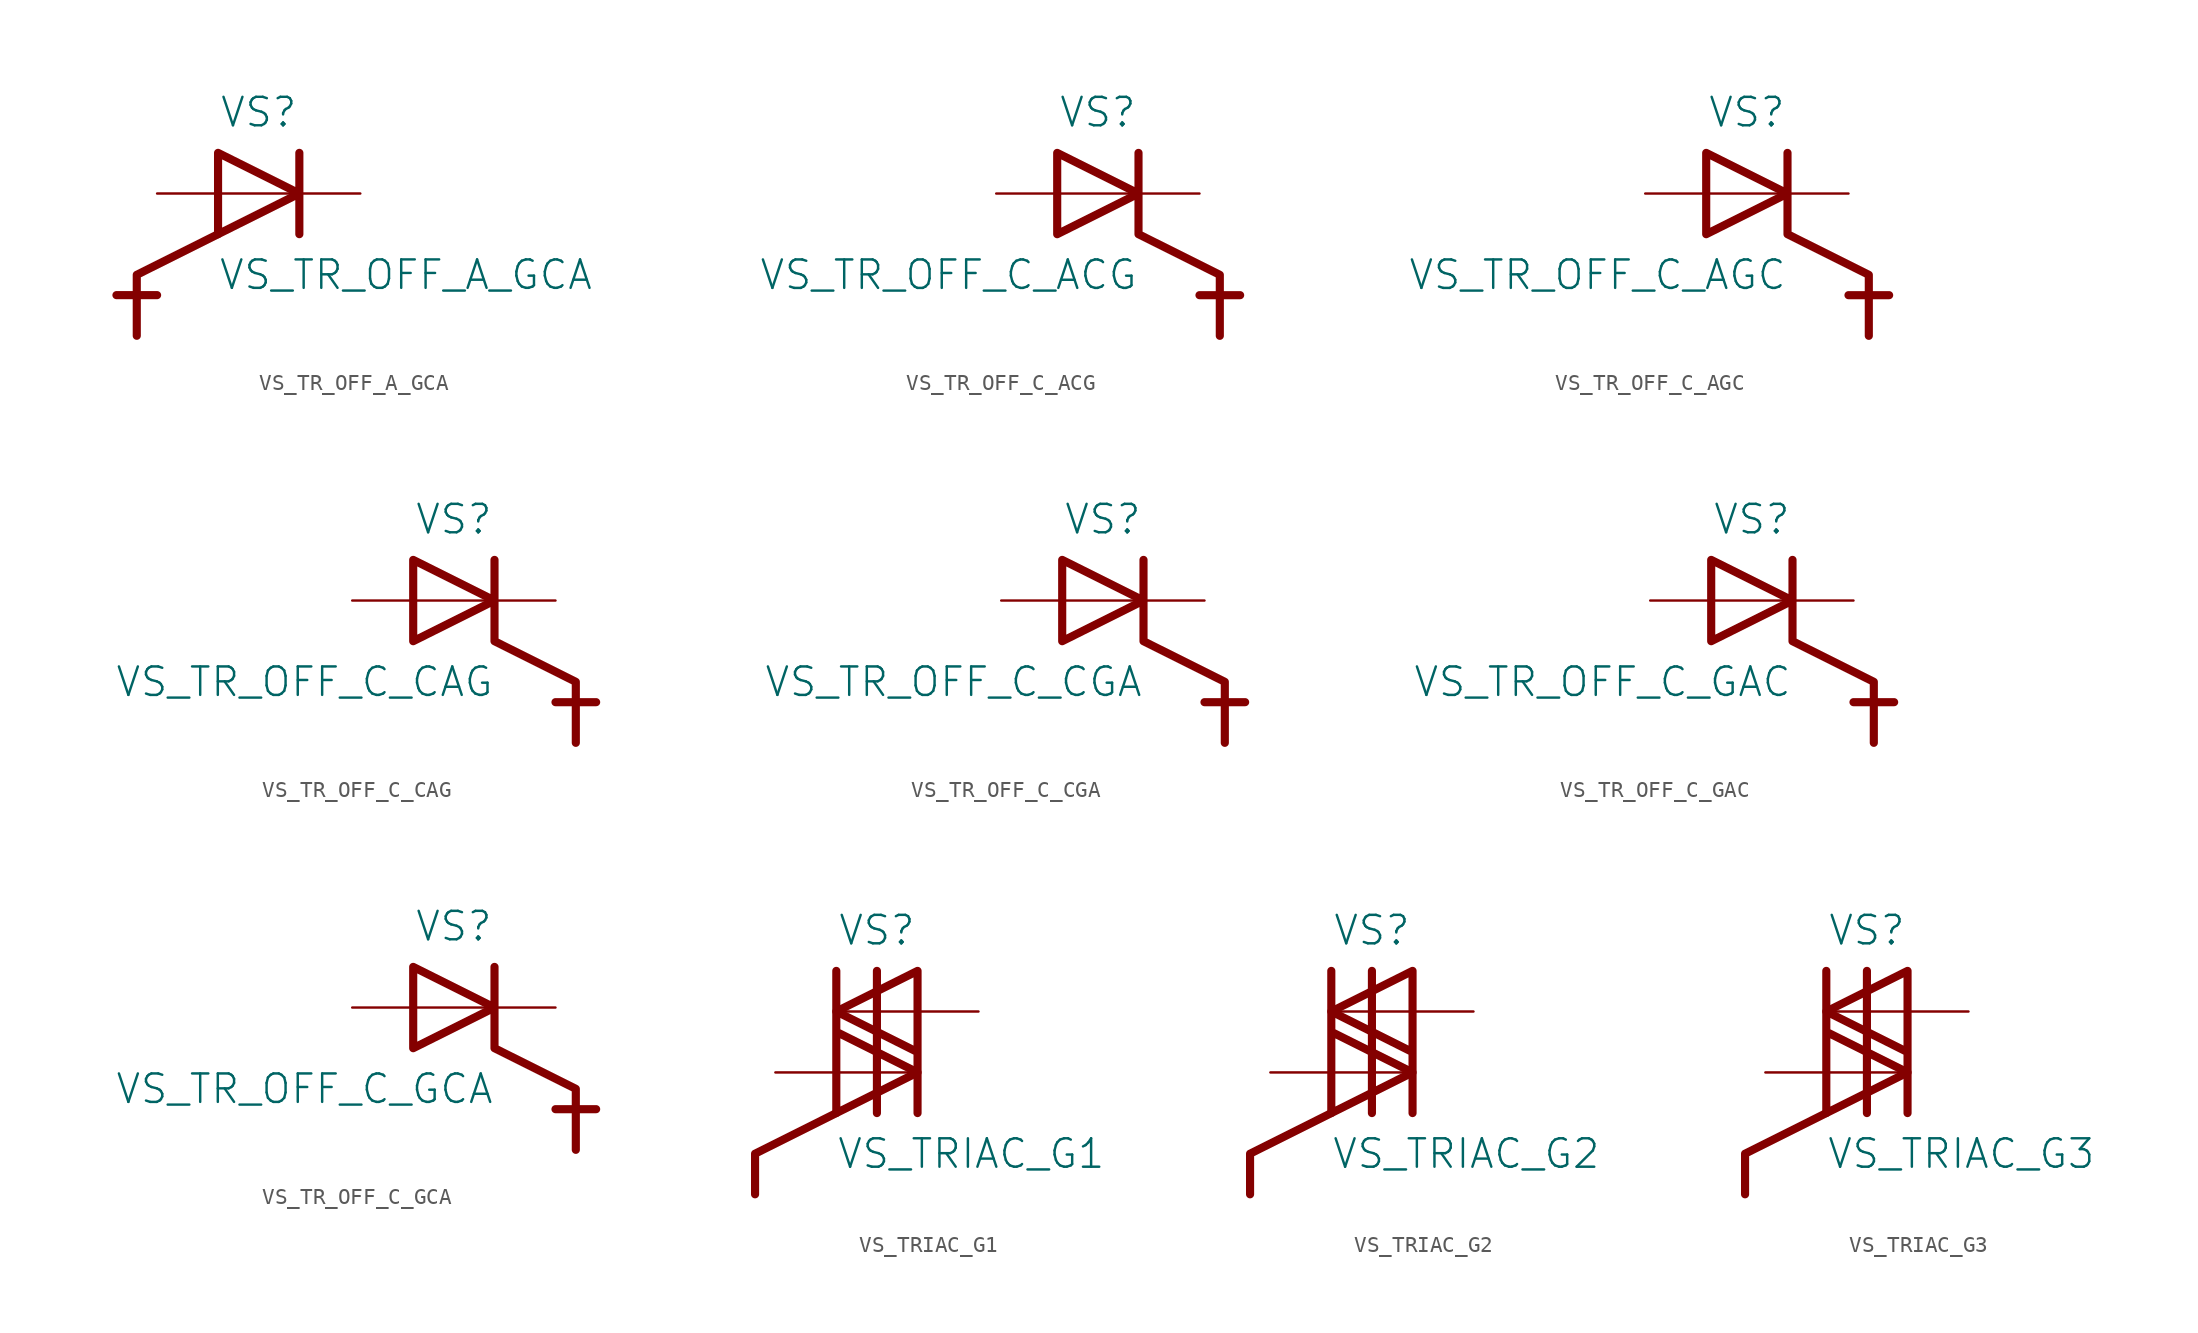
<source format=kicad_sym>
(kicad_symbol_lib
  (version 20211014)
  (generator kicad_symbol_editor)
  (symbol "VS_TR_OFF_A_GCA"
    (pin_names
      (offset 0))
    (property "Reference" "VS"
      (at 0 5.08 0)
      (effects (font (size 1.778 1.778))))
    (property "Value" "VS_TR_OFF_A_GCA"
      (at -2.54 -5.08 0)
      (effects (font (size 1.778 1.778)) (justify left)))
    (symbol "VS_TR_OFF_A_GCA_0_1"
      (polyline (pts (xy -8.89 -6.35) (xy -6.35 -6.35)) (stroke (width 0.508) (type default) (color 0 0 0 0)) (fill (type none)))
      (polyline (pts (xy -6.35 0) (xy 6.35 0)) (stroke (width 0) (type default) (color 0 0 0 0)) (fill (type none)))
      (polyline (pts (xy -2.54 -2.54) (xy -7.62 -5.08) (xy -7.62 -8.89)) (stroke (width 0.508) (type default) (color 0 0 0 0)) (fill (type none)))
      (polyline (pts (xy 2.54 2.54) (xy 2.54 0) (xy -2.54 2.54) (xy -2.54 -2.54) (xy 2.54 0) (xy 2.54 -2.54)) (stroke (width 0.508) (type default) (color 0 0 0 0)) (fill (type none))))
    (symbol "VS_TR_OFF_A_GCA_1_1"
      (pin passive line (at -7.62 -8.89 90) (length 2.54) hide (name "G" (effects (font (size 1.27 1.27)))) (number "1" (effects (font (size 1.27 1.27)))))
      (pin passive line (at 6.35 0 180) (length 2.54) hide (name "C" (effects (font (size 1.27 1.27)))) (number "2" (effects (font (size 1.27 1.27)))))
      (pin passive line (at -6.35 0 0) (length 2.54) hide (name "A" (effects (font (size 1.27 1.27)))) (number "3" (effects (font (size 1.27 1.27)))))))
  (symbol "VS_TR_OFF_C_ACG"
    (pin_names
      (offset 0))
    (property "Reference" "VS"
      (at 0 5.08 0)
      (effects (font (size 1.778 1.778))))
    (property "Value" "VS_TR_OFF_C_ACG"
      (at 2.54 -5.08 0)
      (effects (font (size 1.778 1.778)) (justify right)))
    (symbol "VS_TR_OFF_C_ACG_0_1"
      (polyline (pts (xy -6.35 0) (xy 6.35 0)) (stroke (width 0) (type default) (color 0 0 0 0)) (fill (type none)))
      (polyline (pts (xy 6.35 -6.35) (xy 8.89 -6.35)) (stroke (width 0.508) (type default) (color 0 0 0 0)) (fill (type none)))
      (polyline (pts (xy 2.54 2.54) (xy 2.54 0) (xy -2.54 2.54) (xy -2.54 -2.54) (xy 2.54 0) (xy 2.54 -2.54) (xy 7.62 -5.08) (xy 7.62 -8.89)) (stroke (width 0.508) (type default) (color 0 0 0 0)) (fill (type none))))
    (symbol "VS_TR_OFF_C_ACG_1_1"
      (pin passive line (at -6.35 0 0) (length 2.54) hide (name "A" (effects (font (size 1.27 1.27)))) (number "1" (effects (font (size 1.27 1.27)))))
      (pin passive line (at 6.35 0 180) (length 2.54) hide (name "C" (effects (font (size 1.27 1.27)))) (number "2" (effects (font (size 1.27 1.27)))))
      (pin passive line (at 7.62 -8.89 90) (length 2.54) hide (name "G" (effects (font (size 1.27 1.27)))) (number "3" (effects (font (size 1.27 1.27)))))))
  (symbol "VS_TR_OFF_C_AGC"
    (pin_names
      (offset 0))
    (property "Reference" "VS"
      (at 0 5.08 0)
      (effects (font (size 1.778 1.778))))
    (property "Value" "VS_TR_OFF_C_AGC"
      (at 2.54 -5.08 0)
      (effects (font (size 1.778 1.778)) (justify right)))
    (symbol "VS_TR_OFF_C_AGC_0_1"
      (polyline (pts (xy -6.35 0) (xy 6.35 0)) (stroke (width 0) (type default) (color 0 0 0 0)) (fill (type none)))
      (polyline (pts (xy 6.35 -6.35) (xy 8.89 -6.35)) (stroke (width 0.508) (type default) (color 0 0 0 0)) (fill (type none)))
      (polyline (pts (xy 2.54 2.54) (xy 2.54 0) (xy -2.54 2.54) (xy -2.54 -2.54) (xy 2.54 0) (xy 2.54 -2.54) (xy 7.62 -5.08) (xy 7.62 -8.89)) (stroke (width 0.508) (type default) (color 0 0 0 0)) (fill (type none))))
    (symbol "VS_TR_OFF_C_AGC_1_1"
      (pin passive line (at -6.35 0 0) (length 2.54) hide (name "A" (effects (font (size 1.27 1.27)))) (number "1" (effects (font (size 1.27 1.27)))))
      (pin passive line (at 7.62 -8.89 90) (length 2.54) hide (name "G" (effects (font (size 1.27 1.27)))) (number "2" (effects (font (size 1.27 1.27)))))
      (pin passive line (at 6.35 0 180) (length 2.54) hide (name "C" (effects (font (size 1.27 1.27)))) (number "3" (effects (font (size 1.27 1.27)))))))
  (symbol "VS_TR_OFF_C_CAG"
    (pin_names
      (offset 0))
    (property "Reference" "VS"
      (at 0 5.08 0)
      (effects (font (size 1.778 1.778))))
    (property "Value" "VS_TR_OFF_C_CAG"
      (at 2.54 -5.08 0)
      (effects (font (size 1.778 1.778)) (justify right)))
    (symbol "VS_TR_OFF_C_CAG_0_1"
      (polyline (pts (xy -6.35 0) (xy 6.35 0)) (stroke (width 0) (type default) (color 0 0 0 0)) (fill (type none)))
      (polyline (pts (xy 6.35 -6.35) (xy 8.89 -6.35)) (stroke (width 0.508) (type default) (color 0 0 0 0)) (fill (type none)))
      (polyline (pts (xy 2.54 2.54) (xy 2.54 0) (xy -2.54 2.54) (xy -2.54 -2.54) (xy 2.54 0) (xy 2.54 -2.54) (xy 7.62 -5.08) (xy 7.62 -8.89)) (stroke (width 0.508) (type default) (color 0 0 0 0)) (fill (type none))))
    (symbol "VS_TR_OFF_C_CAG_1_1"
      (pin passive line (at 6.35 0 180) (length 2.54) hide (name "C" (effects (font (size 1.27 1.27)))) (number "1" (effects (font (size 1.27 1.27)))))
      (pin passive line (at -6.35 0 0) (length 2.54) hide (name "A" (effects (font (size 1.27 1.27)))) (number "2" (effects (font (size 1.27 1.27)))))
      (pin passive line (at 7.62 -8.89 90) (length 2.54) hide (name "G" (effects (font (size 1.27 1.27)))) (number "3" (effects (font (size 1.27 1.27)))))))
  (symbol "VS_TR_OFF_C_CGA"
    (pin_names
      (offset 0))
    (property "Reference" "VS"
      (at 0 5.08 0)
      (effects (font (size 1.778 1.778))))
    (property "Value" "VS_TR_OFF_C_CGA"
      (at 2.54 -5.08 0)
      (effects (font (size 1.778 1.778)) (justify right)))
    (symbol "VS_TR_OFF_C_CGA_0_1"
      (polyline (pts (xy -6.35 0) (xy 6.35 0)) (stroke (width 0) (type default) (color 0 0 0 0)) (fill (type none)))
      (polyline (pts (xy 6.35 -6.35) (xy 8.89 -6.35)) (stroke (width 0.508) (type default) (color 0 0 0 0)) (fill (type none)))
      (polyline (pts (xy 2.54 2.54) (xy 2.54 0) (xy -2.54 2.54) (xy -2.54 -2.54) (xy 2.54 0) (xy 2.54 -2.54) (xy 7.62 -5.08) (xy 7.62 -8.89)) (stroke (width 0.508) (type default) (color 0 0 0 0)) (fill (type none))))
    (symbol "VS_TR_OFF_C_CGA_1_1"
      (pin passive line (at 6.35 0 180) (length 2.54) hide (name "C" (effects (font (size 1.27 1.27)))) (number "1" (effects (font (size 1.27 1.27)))))
      (pin passive line (at 7.62 -8.89 90) (length 2.54) hide (name "G" (effects (font (size 1.27 1.27)))) (number "2" (effects (font (size 1.27 1.27)))))
      (pin passive line (at -6.35 0 0) (length 2.54) hide (name "A" (effects (font (size 1.27 1.27)))) (number "3" (effects (font (size 1.27 1.27)))))))
  (symbol "VS_TR_OFF_C_GAC"
    (pin_names
      (offset 0))
    (property "Reference" "VS"
      (at 0 5.08 0)
      (effects (font (size 1.778 1.778))))
    (property "Value" "VS_TR_OFF_C_GAC"
      (at 2.54 -5.08 0)
      (effects (font (size 1.778 1.778)) (justify right)))
    (symbol "VS_TR_OFF_C_GAC_0_1"
      (polyline (pts (xy -6.35 0) (xy 6.35 0)) (stroke (width 0) (type default) (color 0 0 0 0)) (fill (type none)))
      (polyline (pts (xy 6.35 -6.35) (xy 8.89 -6.35)) (stroke (width 0.508) (type default) (color 0 0 0 0)) (fill (type none)))
      (polyline (pts (xy 2.54 2.54) (xy 2.54 0) (xy -2.54 2.54) (xy -2.54 -2.54) (xy 2.54 0) (xy 2.54 -2.54) (xy 7.62 -5.08) (xy 7.62 -8.89)) (stroke (width 0.508) (type default) (color 0 0 0 0)) (fill (type none))))
    (symbol "VS_TR_OFF_C_GAC_1_1"
      (pin passive line (at 7.62 -8.89 90) (length 2.54) hide (name "G" (effects (font (size 1.27 1.27)))) (number "1" (effects (font (size 1.27 1.27)))))
      (pin passive line (at -6.35 0 0) (length 2.54) hide (name "A" (effects (font (size 1.27 1.27)))) (number "2" (effects (font (size 1.27 1.27)))))
      (pin passive line (at 6.35 0 180) (length 2.54) hide (name "C" (effects (font (size 1.27 1.27)))) (number "3" (effects (font (size 1.27 1.27)))))))
  (symbol "VS_TR_OFF_C_GCA"
    (pin_names
      (offset 0))
    (property "Reference" "VS"
      (at 0 5.08 0)
      (effects (font (size 1.778 1.778))))
    (property "Value" "VS_TR_OFF_C_GCA"
      (at 2.54 -5.08 0)
      (effects (font (size 1.778 1.778)) (justify right)))
    (symbol "VS_TR_OFF_C_GCA_0_1"
      (polyline (pts (xy -6.35 0) (xy 6.35 0)) (stroke (width 0) (type default) (color 0 0 0 0)) (fill (type none)))
      (polyline (pts (xy 6.35 -6.35) (xy 8.89 -6.35)) (stroke (width 0.508) (type default) (color 0 0 0 0)) (fill (type none)))
      (polyline (pts (xy 2.54 2.54) (xy 2.54 0) (xy -2.54 2.54) (xy -2.54 -2.54) (xy 2.54 0) (xy 2.54 -2.54) (xy 7.62 -5.08) (xy 7.62 -8.89)) (stroke (width 0.508) (type default) (color 0 0 0 0)) (fill (type none))))
    (symbol "VS_TR_OFF_C_GCA_1_1"
      (pin passive line (at 7.62 -8.89 90) (length 2.54) hide (name "G" (effects (font (size 1.27 1.27)))) (number "1" (effects (font (size 1.27 1.27)))))
      (pin passive line (at 6.35 0 180) (length 2.54) hide (name "C" (effects (font (size 1.27 1.27)))) (number "2" (effects (font (size 1.27 1.27)))))
      (pin passive line (at -6.35 0 0) (length 2.54) hide (name "A" (effects (font (size 1.27 1.27)))) (number "3" (effects (font (size 1.27 1.27)))))))
  (symbol "VS_TRIAC_G1"
    (pin_names
      (offset 0))
    (property "Reference" "VS"
      (at 0 7.62 0)
      (effects (font (size 1.778 1.778))))
    (property "Value" "VS_TRIAC_G1"
      (at -2.54 -6.35 0)
      (effects (font (size 1.778 1.778)) (justify left)))
    (symbol "VS_TRIAC_G1_0_1"
      (polyline (pts (xy -6.35 -1.27) (xy 2.54 -1.27)) (stroke (width 0) (type default) (color 0 0 0 0)) (fill (type none)))
      (polyline (pts (xy -2.54 2.54) (xy 6.35 2.54)) (stroke (width 0) (type default) (color 0 0 0 0)) (fill (type none)))
      (polyline (pts (xy 0 5.08) (xy 0 -3.81)) (stroke (width 0.508) (type default) (color 0 0 0 0)) (fill (type none)))
      (polyline (pts (xy -2.54 -3.81) (xy -7.62 -6.35) (xy -7.62 -8.89)) (stroke (width 0.508) (type default) (color 0 0 0 0)) (fill (type none)))
      (polyline (pts (xy -2.54 5.08) (xy -2.54 -3.81) (xy 2.54 -1.27) (xy -2.54 1.27)) (stroke (width 0.508) (type default) (color 0 0 0 0)) (fill (type none)))
      (polyline (pts (xy 2.54 -3.81) (xy 2.54 5.08) (xy -2.54 2.54) (xy 2.54 0)) (stroke (width 0.508) (type default) (color 0 0 0 0)) (fill (type none))))
    (symbol "VS_TRIAC_G1_1_1"
      (pin passive line (at -7.62 -8.89 90) (length 2.54) hide (name "G" (effects (font (size 1.27 1.27)))) (number "1" (effects (font (size 1.27 1.27)))))
      (pin passive line (at -6.35 -1.27 0) (length 2.54) hide (name "~" (effects (font (size 1.27 1.27)))) (number "2" (effects (font (size 1.27 1.27)))))
      (pin passive line (at 6.35 2.54 180) (length 2.54) hide (name "~" (effects (font (size 1.27 1.27)))) (number "3" (effects (font (size 1.27 1.27)))))))
  (symbol "VS_TRIAC_G2"
    (pin_names
      (offset 0))
    (property "Reference" "VS"
      (at 0 7.62 0)
      (effects (font (size 1.778 1.778))))
    (property "Value" "VS_TRIAC_G2"
      (at -2.54 -6.35 0)
      (effects (font (size 1.778 1.778)) (justify left)))
    (symbol "VS_TRIAC_G2_0_1"
      (polyline (pts (xy -6.35 -1.27) (xy 2.54 -1.27)) (stroke (width 0) (type default) (color 0 0 0 0)) (fill (type none)))
      (polyline (pts (xy -2.54 2.54) (xy 6.35 2.54)) (stroke (width 0) (type default) (color 0 0 0 0)) (fill (type none)))
      (polyline (pts (xy 0 5.08) (xy 0 -3.81)) (stroke (width 0.508) (type default) (color 0 0 0 0)) (fill (type none)))
      (polyline (pts (xy -2.54 -3.81) (xy -7.62 -6.35) (xy -7.62 -8.89)) (stroke (width 0.508) (type default) (color 0 0 0 0)) (fill (type none)))
      (polyline (pts (xy -2.54 5.08) (xy -2.54 -3.81) (xy 2.54 -1.27) (xy -2.54 1.27)) (stroke (width 0.508) (type default) (color 0 0 0 0)) (fill (type none)))
      (polyline (pts (xy 2.54 -3.81) (xy 2.54 5.08) (xy -2.54 2.54) (xy 2.54 0)) (stroke (width 0.508) (type default) (color 0 0 0 0)) (fill (type none))))
    (symbol "VS_TRIAC_G2_1_1"
      (pin passive line (at -6.35 -1.27 0) (length 2.54) hide (name "~" (effects (font (size 1.27 1.27)))) (number "1" (effects (font (size 1.27 1.27)))))
      (pin passive line (at -7.62 -8.89 90) (length 2.54) hide (name "G" (effects (font (size 1.27 1.27)))) (number "2" (effects (font (size 1.27 1.27)))))
      (pin passive line (at 6.35 2.54 180) (length 2.54) hide (name "~" (effects (font (size 1.27 1.27)))) (number "3" (effects (font (size 1.27 1.27)))))))
  (symbol "VS_TRIAC_G3"
    (pin_names
      (offset 0))
    (property "Reference" "VS"
      (at 0 7.62 0)
      (effects (font (size 1.778 1.778))))
    (property "Value" "VS_TRIAC_G3"
      (at -2.54 -6.35 0)
      (effects (font (size 1.778 1.778)) (justify left)))
    (symbol "VS_TRIAC_G3_0_1"
      (polyline (pts (xy -6.35 -1.27) (xy 2.54 -1.27)) (stroke (width 0) (type default) (color 0 0 0 0)) (fill (type none)))
      (polyline (pts (xy -2.54 2.54) (xy 6.35 2.54)) (stroke (width 0) (type default) (color 0 0 0 0)) (fill (type none)))
      (polyline (pts (xy 0 5.08) (xy 0 -3.81)) (stroke (width 0.508) (type default) (color 0 0 0 0)) (fill (type none)))
      (polyline (pts (xy -2.54 -3.81) (xy -7.62 -6.35) (xy -7.62 -8.89)) (stroke (width 0.508) (type default) (color 0 0 0 0)) (fill (type none)))
      (polyline (pts (xy -2.54 5.08) (xy -2.54 -3.81) (xy 2.54 -1.27) (xy -2.54 1.27)) (stroke (width 0.508) (type default) (color 0 0 0 0)) (fill (type none)))
      (polyline (pts (xy 2.54 -3.81) (xy 2.54 5.08) (xy -2.54 2.54) (xy 2.54 0)) (stroke (width 0.508) (type default) (color 0 0 0 0)) (fill (type none))))
    (symbol "VS_TRIAC_G3_1_1"
      (pin passive line (at -6.35 -1.27 0) (length 2.54) hide (name "~" (effects (font (size 1.27 1.27)))) (number "1" (effects (font (size 1.27 1.27)))))
      (pin passive line (at 6.35 2.54 180) (length 2.54) hide (name "~" (effects (font (size 1.27 1.27)))) (number "2" (effects (font (size 1.27 1.27)))))
      (pin passive line (at -7.62 -8.89 90) (length 2.54) hide (name "G" (effects (font (size 1.27 1.27)))) (number "3" (effects (font (size 1.27 1.27))))))))
</source>
